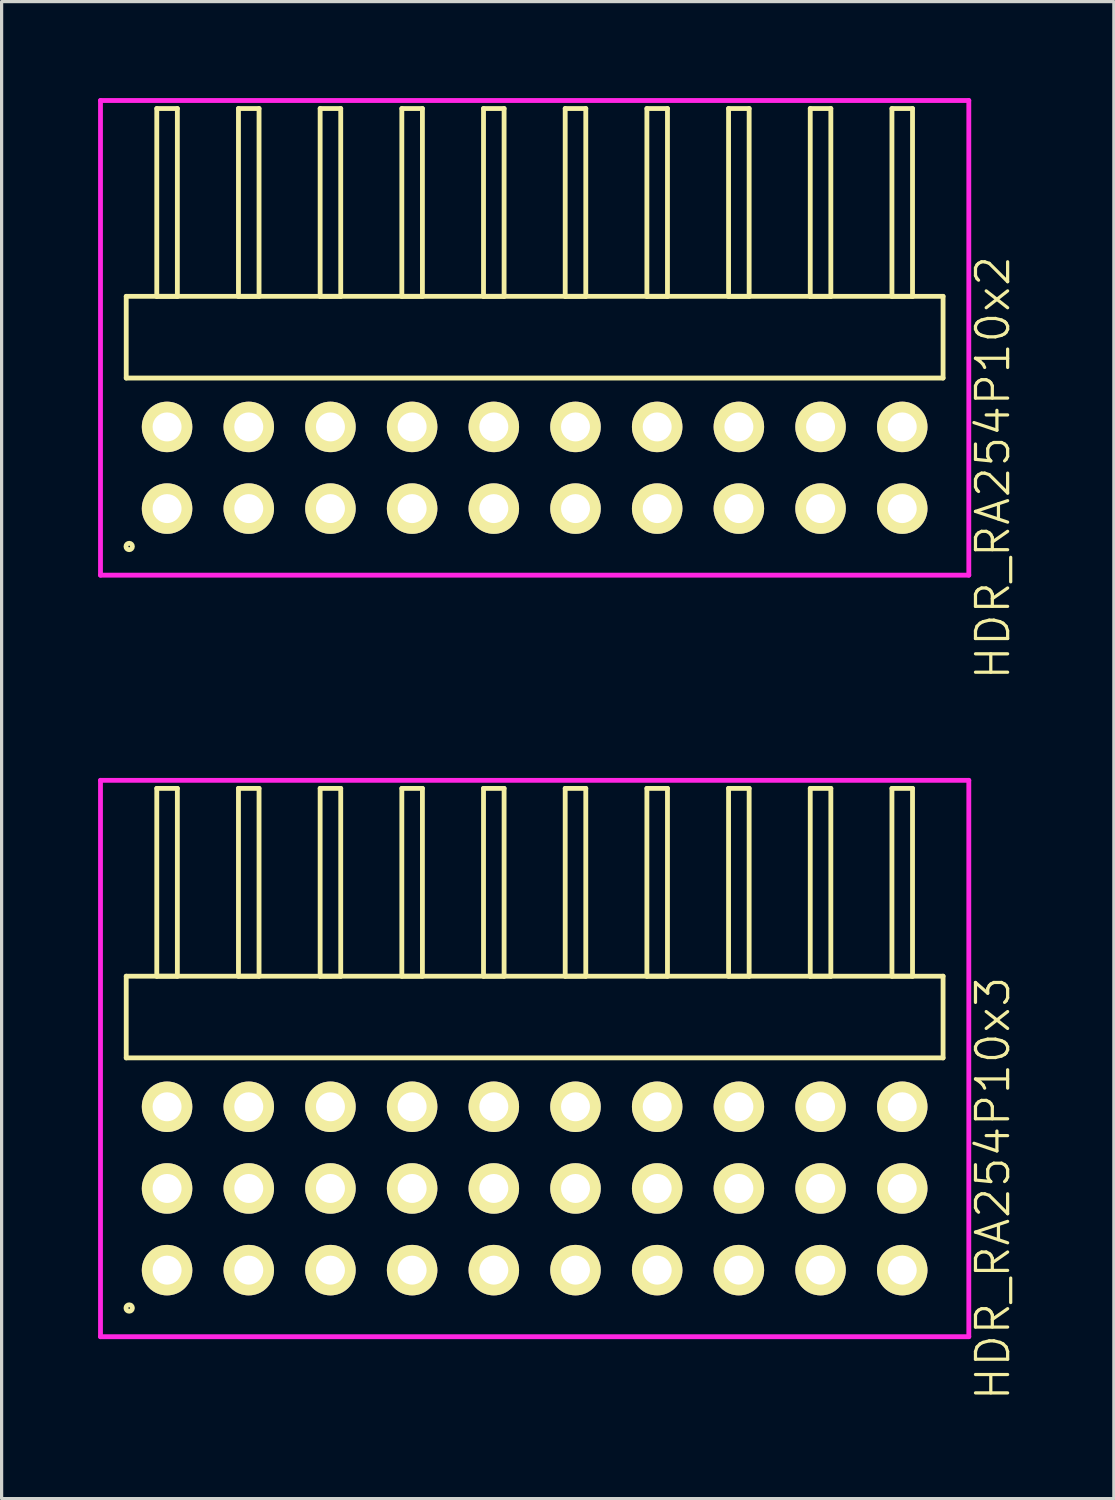
<source format=kicad_pcb>
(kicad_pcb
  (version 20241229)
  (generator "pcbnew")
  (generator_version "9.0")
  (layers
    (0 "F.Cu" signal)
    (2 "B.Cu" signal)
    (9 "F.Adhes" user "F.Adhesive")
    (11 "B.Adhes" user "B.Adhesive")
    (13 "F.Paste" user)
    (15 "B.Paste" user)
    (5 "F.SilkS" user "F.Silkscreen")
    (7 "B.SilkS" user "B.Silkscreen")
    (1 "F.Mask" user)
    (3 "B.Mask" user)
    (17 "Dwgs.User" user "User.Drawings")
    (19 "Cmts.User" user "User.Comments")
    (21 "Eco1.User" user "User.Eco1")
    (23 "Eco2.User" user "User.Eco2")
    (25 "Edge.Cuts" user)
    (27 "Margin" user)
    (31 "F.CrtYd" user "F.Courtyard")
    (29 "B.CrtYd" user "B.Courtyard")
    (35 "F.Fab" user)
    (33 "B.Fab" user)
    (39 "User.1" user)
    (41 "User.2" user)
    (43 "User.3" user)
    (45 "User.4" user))
  (footprint "HDR_RA254P10x3"
    (layer "F.Cu")
    (at 13.575 33.905)
    (property "Reference" "HDR_RA254P10x3" (at 14.25 0 90) (layer "F.SilkS") (effects (font (size 1 1) (thickness 0.1))))
    (attr through_hole)
    (fp_line (start -12.7 -6.6) (end -12.7 -4.06) (stroke (width 0.15) (type solid)) (layer "F.SilkS"))
    (fp_line (start -12.7 -4.06) (end 12.7 -4.06) (stroke (width 0.15) (type solid)) (layer "F.SilkS"))
    (fp_line (start -11.75 -12.44) (end -11.75 -6.6) (stroke (width 0.15) (type solid)) (layer "F.SilkS"))
    (fp_line (start -11.75 -6.6) (end -11.11 -6.6) (stroke (width 0.15) (type solid)) (layer "F.SilkS"))
    (fp_line (start -11.11 -12.44) (end -11.75 -12.44) (stroke (width 0.15) (type solid)) (layer "F.SilkS"))
    (fp_line (start -11.11 -6.6) (end -11.11 -12.44) (stroke (width 0.15) (type solid)) (layer "F.SilkS"))
    (fp_line (start -9.21 -12.44) (end -9.21 -6.6) (stroke (width 0.15) (type solid)) (layer "F.SilkS"))
    (fp_line (start -9.21 -6.6) (end -8.57 -6.6) (stroke (width 0.15) (type solid)) (layer "F.SilkS"))
    (fp_line (start -8.57 -12.44) (end -9.21 -12.44) (stroke (width 0.15) (type solid)) (layer "F.SilkS"))
    (fp_line (start -8.57 -6.6) (end -8.57 -12.44) (stroke (width 0.15) (type solid)) (layer "F.SilkS"))
    (fp_line (start -6.67 -12.44) (end -6.67 -6.6) (stroke (width 0.15) (type solid)) (layer "F.SilkS"))
    (fp_line (start -6.67 -6.6) (end -6.03 -6.6) (stroke (width 0.15) (type solid)) (layer "F.SilkS"))
    (fp_line (start -6.03 -12.44) (end -6.67 -12.44) (stroke (width 0.15) (type solid)) (layer "F.SilkS"))
    (fp_line (start -6.03 -6.6) (end -6.03 -12.44) (stroke (width 0.15) (type solid)) (layer "F.SilkS"))
    (fp_line (start -4.13 -12.44) (end -4.13 -6.6) (stroke (width 0.15) (type solid)) (layer "F.SilkS"))
    (fp_line (start -4.13 -6.6) (end -3.49 -6.6) (stroke (width 0.15) (type solid)) (layer "F.SilkS"))
    (fp_line (start -3.49 -12.44) (end -4.13 -12.44) (stroke (width 0.15) (type solid)) (layer "F.SilkS"))
    (fp_line (start -3.49 -6.6) (end -3.49 -12.44) (stroke (width 0.15) (type solid)) (layer "F.SilkS"))
    (fp_line (start -1.59 -12.44) (end -1.59 -6.6) (stroke (width 0.15) (type solid)) (layer "F.SilkS"))
    (fp_line (start -1.59 -6.6) (end -0.95 -6.6) (stroke (width 0.15) (type solid)) (layer "F.SilkS"))
    (fp_line (start -0.95 -12.44) (end -1.59 -12.44) (stroke (width 0.15) (type solid)) (layer "F.SilkS"))
    (fp_line (start -0.95 -6.6) (end -0.95 -12.44) (stroke (width 0.15) (type solid)) (layer "F.SilkS"))
    (fp_line (start 0.95 -12.44) (end 0.95 -6.6) (stroke (width 0.15) (type solid)) (layer "F.SilkS"))
    (fp_line (start 0.95 -6.6) (end 1.59 -6.6) (stroke (width 0.15) (type solid)) (layer "F.SilkS"))
    (fp_line (start 1.59 -12.44) (end 0.95 -12.44) (stroke (width 0.15) (type solid)) (layer "F.SilkS"))
    (fp_line (start 1.59 -6.6) (end 1.59 -12.44) (stroke (width 0.15) (type solid)) (layer "F.SilkS"))
    (fp_line (start 3.49 -12.44) (end 3.49 -6.6) (stroke (width 0.15) (type solid)) (layer "F.SilkS"))
    (fp_line (start 3.49 -6.6) (end 4.13 -6.6) (stroke (width 0.15) (type solid)) (layer "F.SilkS"))
    (fp_line (start 4.13 -12.44) (end 3.49 -12.44) (stroke (width 0.15) (type solid)) (layer "F.SilkS"))
    (fp_line (start 4.13 -6.6) (end 4.13 -12.44) (stroke (width 0.15) (type solid)) (layer "F.SilkS"))
    (fp_line (start 6.03 -12.44) (end 6.03 -6.6) (stroke (width 0.15) (type solid)) (layer "F.SilkS"))
    (fp_line (start 6.03 -6.6) (end 6.67 -6.6) (stroke (width 0.15) (type solid)) (layer "F.SilkS"))
    (fp_line (start 6.67 -12.44) (end 6.03 -12.44) (stroke (width 0.15) (type solid)) (layer "F.SilkS"))
    (fp_line (start 6.67 -6.6) (end 6.67 -12.44) (stroke (width 0.15) (type solid)) (layer "F.SilkS"))
    (fp_line (start 8.57 -12.44) (end 8.57 -6.6) (stroke (width 0.15) (type solid)) (layer "F.SilkS"))
    (fp_line (start 8.57 -6.6) (end 9.21 -6.6) (stroke (width 0.15) (type solid)) (layer "F.SilkS"))
    (fp_line (start 9.21 -12.44) (end 8.57 -12.44) (stroke (width 0.15) (type solid)) (layer "F.SilkS"))
    (fp_line (start 9.21 -6.6) (end 9.21 -12.44) (stroke (width 0.15) (type solid)) (layer "F.SilkS"))
    (fp_line (start 11.11 -12.44) (end 11.11 -6.6) (stroke (width 0.15) (type solid)) (layer "F.SilkS"))
    (fp_line (start 11.11 -6.6) (end 11.75 -6.6) (stroke (width 0.15) (type solid)) (layer "F.SilkS"))
    (fp_line (start 11.75 -12.44) (end 11.11 -12.44) (stroke (width 0.15) (type solid)) (layer "F.SilkS"))
    (fp_line (start 11.75 -6.6) (end 11.75 -12.44) (stroke (width 0.15) (type solid)) (layer "F.SilkS"))
    (fp_line (start 12.7 -6.6) (end -12.7 -6.6) (stroke (width 0.15) (type solid)) (layer "F.SilkS"))
    (fp_line (start 12.7 -4.06) (end 12.7 -6.6) (stroke (width 0.15) (type solid)) (layer "F.SilkS"))
    (fp_circle (center -12.608 3.718) (end -12.508 3.718) (stroke (width 0.15) (type solid)) (fill no) (layer "F.SilkS"))
    (fp_line (start -13.5 -12.69) (end -13.5 4.61) (stroke (width 0.15) (type solid)) (layer "F.CrtYd"))
    (fp_line (start -13.5 4.61) (end 13.5 4.61) (stroke (width 0.15) (type solid)) (layer "F.CrtYd"))
    (fp_line (start 13.5 -12.69) (end -13.5 -12.69) (stroke (width 0.15) (type solid)) (layer "F.CrtYd"))
    (fp_line (start 13.5 4.61) (end 13.5 -12.69) (stroke (width 0.15) (type solid)) (layer "F.CrtYd"))
    (pad "1" thru_hole oval (at -11.43 2.54) (size 1.57 1.57) (drill 0.9) (layers "*.Cu" "*.Mask" "F.SilkS"))
    (pad "2" thru_hole oval (at -11.43 0) (size 1.57 1.57) (drill 0.9) (layers "*.Cu" "*.Mask" "F.SilkS"))
    (pad "3" thru_hole oval (at -11.43 -2.54) (size 1.57 1.57) (drill 0.9) (layers "*.Cu" "*.Mask" "F.SilkS"))
    (pad "4" thru_hole oval (at -8.89 2.54) (size 1.57 1.57) (drill 0.9) (layers "*.Cu" "*.Mask" "F.SilkS"))
    (pad "5" thru_hole oval (at -8.89 0) (size 1.57 1.57) (drill 0.9) (layers "*.Cu" "*.Mask" "F.SilkS"))
    (pad "6" thru_hole oval (at -8.89 -2.54) (size 1.57 1.57) (drill 0.9) (layers "*.Cu" "*.Mask" "F.SilkS"))
    (pad "7" thru_hole oval (at -6.35 2.54) (size 1.57 1.57) (drill 0.9) (layers "*.Cu" "*.Mask" "F.SilkS"))
    (pad "8" thru_hole oval (at -6.35 0) (size 1.57 1.57) (drill 0.9) (layers "*.Cu" "*.Mask" "F.SilkS"))
    (pad "9" thru_hole oval (at -6.35 -2.54) (size 1.57 1.57) (drill 0.9) (layers "*.Cu" "*.Mask" "F.SilkS"))
    (pad "10" thru_hole oval (at -3.81 2.54) (size 1.57 1.57) (drill 0.9) (layers "*.Cu" "*.Mask" "F.SilkS"))
    (pad "11" thru_hole oval (at -3.81 0) (size 1.57 1.57) (drill 0.9) (layers "*.Cu" "*.Mask" "F.SilkS"))
    (pad "12" thru_hole oval (at -3.81 -2.54) (size 1.57 1.57) (drill 0.9) (layers "*.Cu" "*.Mask" "F.SilkS"))
    (pad "13" thru_hole oval (at -1.27 2.54) (size 1.57 1.57) (drill 0.9) (layers "*.Cu" "*.Mask" "F.SilkS"))
    (pad "14" thru_hole oval (at -1.27 0) (size 1.57 1.57) (drill 0.9) (layers "*.Cu" "*.Mask" "F.SilkS"))
    (pad "15" thru_hole oval (at -1.27 -2.54) (size 1.57 1.57) (drill 0.9) (layers "*.Cu" "*.Mask" "F.SilkS"))
    (pad "16" thru_hole oval (at 1.27 2.54) (size 1.57 1.57) (drill 0.9) (layers "*.Cu" "*.Mask" "F.SilkS"))
    (pad "17" thru_hole oval (at 1.27 0) (size 1.57 1.57) (drill 0.9) (layers "*.Cu" "*.Mask" "F.SilkS"))
    (pad "18" thru_hole oval (at 1.27 -2.54) (size 1.57 1.57) (drill 0.9) (layers "*.Cu" "*.Mask" "F.SilkS"))
    (pad "19" thru_hole oval (at 3.81 2.54) (size 1.57 1.57) (drill 0.9) (layers "*.Cu" "*.Mask" "F.SilkS"))
    (pad "20" thru_hole oval (at 3.81 0) (size 1.57 1.57) (drill 0.9) (layers "*.Cu" "*.Mask" "F.SilkS"))
    (pad "21" thru_hole oval (at 3.81 -2.54) (size 1.57 1.57) (drill 0.9) (layers "*.Cu" "*.Mask" "F.SilkS"))
    (pad "22" thru_hole oval (at 6.35 2.54) (size 1.57 1.57) (drill 0.9) (layers "*.Cu" "*.Mask" "F.SilkS"))
    (pad "23" thru_hole oval (at 6.35 0) (size 1.57 1.57) (drill 0.9) (layers "*.Cu" "*.Mask" "F.SilkS"))
    (pad "24" thru_hole oval (at 6.35 -2.54) (size 1.57 1.57) (drill 0.9) (layers "*.Cu" "*.Mask" "F.SilkS"))
    (pad "25" thru_hole oval (at 8.89 2.54) (size 1.57 1.57) (drill 0.9) (layers "*.Cu" "*.Mask" "F.SilkS"))
    (pad "26" thru_hole oval (at 8.89 0) (size 1.57 1.57) (drill 0.9) (layers "*.Cu" "*.Mask" "F.SilkS"))
    (pad "27" thru_hole oval (at 8.89 -2.54) (size 1.57 1.57) (drill 0.9) (layers "*.Cu" "*.Mask" "F.SilkS"))
    (pad "28" thru_hole oval (at 11.43 2.54) (size 1.57 1.57) (drill 0.9) (layers "*.Cu" "*.Mask" "F.SilkS"))
    (pad "29" thru_hole oval (at 11.43 0) (size 1.57 1.57) (drill 0.9) (layers "*.Cu" "*.Mask" "F.SilkS"))
    (pad "30" thru_hole oval (at 11.43 -2.54) (size 1.57 1.57) (drill 0.9) (layers "*.Cu" "*.Mask" "F.SilkS")))
  (footprint "HDR_RA254P10x2"
    (layer "F.Cu")
    (at 13.575 11.495)
    (property "Reference" "HDR_RA254P10x2" (at 14.25 0 90) (layer "F.SilkS") (effects (font (size 1 1) (thickness 0.1))))
    (attr through_hole)
    (fp_line (start -12.7 -5.33) (end -12.7 -2.79) (stroke (width 0.15) (type solid)) (layer "F.SilkS"))
    (fp_line (start -12.7 -2.79) (end 12.7 -2.79) (stroke (width 0.15) (type solid)) (layer "F.SilkS"))
    (fp_line (start -11.75 -11.17) (end -11.75 -5.33) (stroke (width 0.15) (type solid)) (layer "F.SilkS"))
    (fp_line (start -11.75 -5.33) (end -11.11 -5.33) (stroke (width 0.15) (type solid)) (layer "F.SilkS"))
    (fp_line (start -11.11 -11.17) (end -11.75 -11.17) (stroke (width 0.15) (type solid)) (layer "F.SilkS"))
    (fp_line (start -11.11 -5.33) (end -11.11 -11.17) (stroke (width 0.15) (type solid)) (layer "F.SilkS"))
    (fp_line (start -9.21 -11.17) (end -9.21 -5.33) (stroke (width 0.15) (type solid)) (layer "F.SilkS"))
    (fp_line (start -9.21 -5.33) (end -8.57 -5.33) (stroke (width 0.15) (type solid)) (layer "F.SilkS"))
    (fp_line (start -8.57 -11.17) (end -9.21 -11.17) (stroke (width 0.15) (type solid)) (layer "F.SilkS"))
    (fp_line (start -8.57 -5.33) (end -8.57 -11.17) (stroke (width 0.15) (type solid)) (layer "F.SilkS"))
    (fp_line (start -6.67 -11.17) (end -6.67 -5.33) (stroke (width 0.15) (type solid)) (layer "F.SilkS"))
    (fp_line (start -6.67 -5.33) (end -6.03 -5.33) (stroke (width 0.15) (type solid)) (layer "F.SilkS"))
    (fp_line (start -6.03 -11.17) (end -6.67 -11.17) (stroke (width 0.15) (type solid)) (layer "F.SilkS"))
    (fp_line (start -6.03 -5.33) (end -6.03 -11.17) (stroke (width 0.15) (type solid)) (layer "F.SilkS"))
    (fp_line (start -4.13 -11.17) (end -4.13 -5.33) (stroke (width 0.15) (type solid)) (layer "F.SilkS"))
    (fp_line (start -4.13 -5.33) (end -3.49 -5.33) (stroke (width 0.15) (type solid)) (layer "F.SilkS"))
    (fp_line (start -3.49 -11.17) (end -4.13 -11.17) (stroke (width 0.15) (type solid)) (layer "F.SilkS"))
    (fp_line (start -3.49 -5.33) (end -3.49 -11.17) (stroke (width 0.15) (type solid)) (layer "F.SilkS"))
    (fp_line (start -1.59 -11.17) (end -1.59 -5.33) (stroke (width 0.15) (type solid)) (layer "F.SilkS"))
    (fp_line (start -1.59 -5.33) (end -0.95 -5.33) (stroke (width 0.15) (type solid)) (layer "F.SilkS"))
    (fp_line (start -0.95 -11.17) (end -1.59 -11.17) (stroke (width 0.15) (type solid)) (layer "F.SilkS"))
    (fp_line (start -0.95 -5.33) (end -0.95 -11.17) (stroke (width 0.15) (type solid)) (layer "F.SilkS"))
    (fp_line (start 0.95 -11.17) (end 0.95 -5.33) (stroke (width 0.15) (type solid)) (layer "F.SilkS"))
    (fp_line (start 0.95 -5.33) (end 1.59 -5.33) (stroke (width 0.15) (type solid)) (layer "F.SilkS"))
    (fp_line (start 1.59 -11.17) (end 0.95 -11.17) (stroke (width 0.15) (type solid)) (layer "F.SilkS"))
    (fp_line (start 1.59 -5.33) (end 1.59 -11.17) (stroke (width 0.15) (type solid)) (layer "F.SilkS"))
    (fp_line (start 3.49 -11.17) (end 3.49 -5.33) (stroke (width 0.15) (type solid)) (layer "F.SilkS"))
    (fp_line (start 3.49 -5.33) (end 4.13 -5.33) (stroke (width 0.15) (type solid)) (layer "F.SilkS"))
    (fp_line (start 4.13 -11.17) (end 3.49 -11.17) (stroke (width 0.15) (type solid)) (layer "F.SilkS"))
    (fp_line (start 4.13 -5.33) (end 4.13 -11.17) (stroke (width 0.15) (type solid)) (layer "F.SilkS"))
    (fp_line (start 6.03 -11.17) (end 6.03 -5.33) (stroke (width 0.15) (type solid)) (layer "F.SilkS"))
    (fp_line (start 6.03 -5.33) (end 6.67 -5.33) (stroke (width 0.15) (type solid)) (layer "F.SilkS"))
    (fp_line (start 6.67 -11.17) (end 6.03 -11.17) (stroke (width 0.15) (type solid)) (layer "F.SilkS"))
    (fp_line (start 6.67 -5.33) (end 6.67 -11.17) (stroke (width 0.15) (type solid)) (layer "F.SilkS"))
    (fp_line (start 8.57 -11.17) (end 8.57 -5.33) (stroke (width 0.15) (type solid)) (layer "F.SilkS"))
    (fp_line (start 8.57 -5.33) (end 9.21 -5.33) (stroke (width 0.15) (type solid)) (layer "F.SilkS"))
    (fp_line (start 9.21 -11.17) (end 8.57 -11.17) (stroke (width 0.15) (type solid)) (layer "F.SilkS"))
    (fp_line (start 9.21 -5.33) (end 9.21 -11.17) (stroke (width 0.15) (type solid)) (layer "F.SilkS"))
    (fp_line (start 11.11 -11.17) (end 11.11 -5.33) (stroke (width 0.15) (type solid)) (layer "F.SilkS"))
    (fp_line (start 11.11 -5.33) (end 11.75 -5.33) (stroke (width 0.15) (type solid)) (layer "F.SilkS"))
    (fp_line (start 11.75 -11.17) (end 11.11 -11.17) (stroke (width 0.15) (type solid)) (layer "F.SilkS"))
    (fp_line (start 11.75 -5.33) (end 11.75 -11.17) (stroke (width 0.15) (type solid)) (layer "F.SilkS"))
    (fp_line (start 12.7 -5.33) (end -12.7 -5.33) (stroke (width 0.15) (type solid)) (layer "F.SilkS"))
    (fp_line (start 12.7 -2.79) (end 12.7 -5.33) (stroke (width 0.15) (type solid)) (layer "F.SilkS"))
    (fp_circle (center -12.608 2.448) (end -12.508 2.448) (stroke (width 0.15) (type solid)) (fill no) (layer "F.SilkS"))
    (fp_line (start -13.5 -11.42) (end -13.5 3.34) (stroke (width 0.15) (type solid)) (layer "F.CrtYd"))
    (fp_line (start -13.5 3.34) (end 13.5 3.34) (stroke (width 0.15) (type solid)) (layer "F.CrtYd"))
    (fp_line (start 13.5 -11.42) (end -13.5 -11.42) (stroke (width 0.15) (type solid)) (layer "F.CrtYd"))
    (fp_line (start 13.5 3.34) (end 13.5 -11.42) (stroke (width 0.15) (type solid)) (layer "F.CrtYd"))
    (pad "1" thru_hole oval (at -11.43 1.27) (size 1.57 1.57) (drill 0.9) (layers "*.Cu" "*.Mask" "F.SilkS"))
    (pad "2" thru_hole oval (at -11.43 -1.27) (size 1.57 1.57) (drill 0.9) (layers "*.Cu" "*.Mask" "F.SilkS"))
    (pad "3" thru_hole oval (at -8.89 1.27) (size 1.57 1.57) (drill 0.9) (layers "*.Cu" "*.Mask" "F.SilkS"))
    (pad "4" thru_hole oval (at -8.89 -1.27) (size 1.57 1.57) (drill 0.9) (layers "*.Cu" "*.Mask" "F.SilkS"))
    (pad "5" thru_hole oval (at -6.35 1.27) (size 1.57 1.57) (drill 0.9) (layers "*.Cu" "*.Mask" "F.SilkS"))
    (pad "6" thru_hole oval (at -6.35 -1.27) (size 1.57 1.57) (drill 0.9) (layers "*.Cu" "*.Mask" "F.SilkS"))
    (pad "7" thru_hole oval (at -3.81 1.27) (size 1.57 1.57) (drill 0.9) (layers "*.Cu" "*.Mask" "F.SilkS"))
    (pad "8" thru_hole oval (at -3.81 -1.27) (size 1.57 1.57) (drill 0.9) (layers "*.Cu" "*.Mask" "F.SilkS"))
    (pad "9" thru_hole oval (at -1.27 1.27) (size 1.57 1.57) (drill 0.9) (layers "*.Cu" "*.Mask" "F.SilkS"))
    (pad "10" thru_hole oval (at -1.27 -1.27) (size 1.57 1.57) (drill 0.9) (layers "*.Cu" "*.Mask" "F.SilkS"))
    (pad "11" thru_hole oval (at 1.27 1.27) (size 1.57 1.57) (drill 0.9) (layers "*.Cu" "*.Mask" "F.SilkS"))
    (pad "12" thru_hole oval (at 1.27 -1.27) (size 1.57 1.57) (drill 0.9) (layers "*.Cu" "*.Mask" "F.SilkS"))
    (pad "13" thru_hole oval (at 3.81 1.27) (size 1.57 1.57) (drill 0.9) (layers "*.Cu" "*.Mask" "F.SilkS"))
    (pad "14" thru_hole oval (at 3.81 -1.27) (size 1.57 1.57) (drill 0.9) (layers "*.Cu" "*.Mask" "F.SilkS"))
    (pad "15" thru_hole oval (at 6.35 1.27) (size 1.57 1.57) (drill 0.9) (layers "*.Cu" "*.Mask" "F.SilkS"))
    (pad "16" thru_hole oval (at 6.35 -1.27) (size 1.57 1.57) (drill 0.9) (layers "*.Cu" "*.Mask" "F.SilkS"))
    (pad "17" thru_hole oval (at 8.89 1.27) (size 1.57 1.57) (drill 0.9) (layers "*.Cu" "*.Mask" "F.SilkS"))
    (pad "18" thru_hole oval (at 8.89 -1.27) (size 1.57 1.57) (drill 0.9) (layers "*.Cu" "*.Mask" "F.SilkS"))
    (pad "19" thru_hole oval (at 11.43 1.27) (size 1.57 1.57) (drill 0.9) (layers "*.Cu" "*.Mask" "F.SilkS"))
    (pad "20" thru_hole oval (at 11.43 -1.27) (size 1.57 1.57) (drill 0.9) (layers "*.Cu" "*.Mask" "F.SilkS")))
  (gr_rect
    (start -3 -3)
    (end 31.585 43.55)
    (stroke (width 0.1) (type default))
    (fill no)
    (layer "Edge.Cuts")))
</source>
